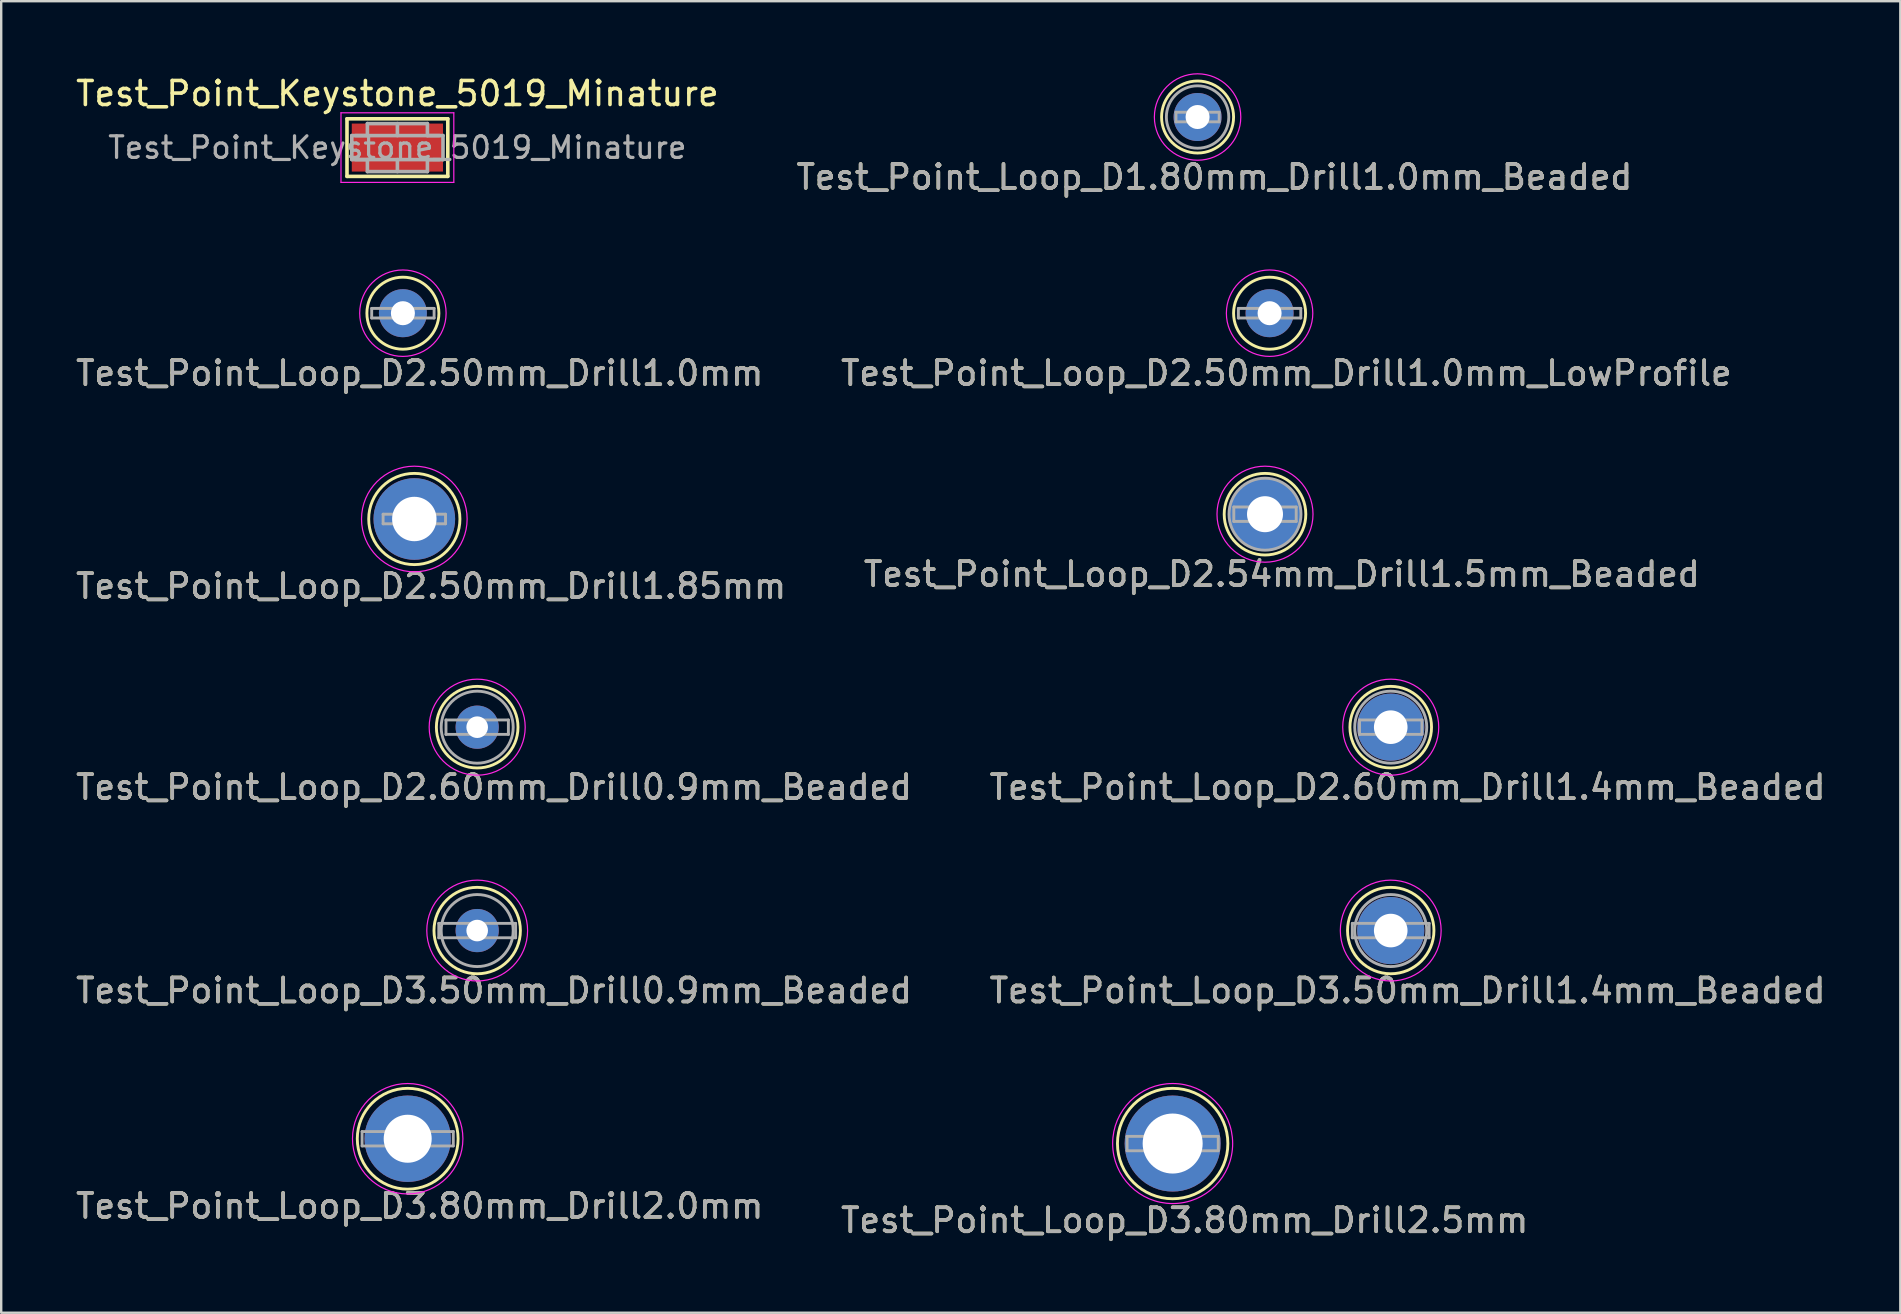
<source format=kicad_pcb>
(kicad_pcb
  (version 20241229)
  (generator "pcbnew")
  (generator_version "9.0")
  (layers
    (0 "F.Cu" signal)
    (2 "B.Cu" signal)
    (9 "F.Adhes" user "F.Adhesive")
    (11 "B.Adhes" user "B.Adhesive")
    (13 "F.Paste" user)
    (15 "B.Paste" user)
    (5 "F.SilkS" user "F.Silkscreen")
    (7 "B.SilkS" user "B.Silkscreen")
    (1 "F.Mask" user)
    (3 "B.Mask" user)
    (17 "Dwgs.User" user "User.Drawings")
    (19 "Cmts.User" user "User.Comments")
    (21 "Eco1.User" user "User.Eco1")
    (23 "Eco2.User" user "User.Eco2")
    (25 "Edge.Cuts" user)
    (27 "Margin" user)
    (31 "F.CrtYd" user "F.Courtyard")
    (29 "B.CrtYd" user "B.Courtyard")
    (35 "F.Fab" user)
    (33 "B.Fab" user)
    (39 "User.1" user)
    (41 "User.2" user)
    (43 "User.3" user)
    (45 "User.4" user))
  (footprint "Test_Point_Loop_D2.50mm_Drill1.0mm"
    (layer "F.Cu")
    (at 13.735 9.998)
    (property "Reference" "Test_Point_Loop_D2.50mm_Drill1.0mm" (at 0.7 2.5 0) (layer "F.SilkS") (effects (font (size 1 1) (thickness 0.15))))
    (attr through_hole)
    (fp_circle (center 0 0) (end 1.5 0) (stroke (width 0.12) (type solid)) (fill no) (layer "F.SilkS"))
    (fp_circle (center 0 0) (end 1.8 0) (stroke (width 0.05) (type solid)) (fill no) (layer "F.CrtYd"))
    (fp_line (start -1.3 -0.2) (end -1.3 0.2) (stroke (width 0.12) (type solid)) (layer "F.Fab"))
    (fp_line (start -1.3 0.2) (end 1.3 0.2) (stroke (width 0.12) (type solid)) (layer "F.Fab"))
    (fp_line (start 1.3 -0.2) (end -1.3 -0.2) (stroke (width 0.12) (type solid)) (layer "F.Fab"))
    (fp_line (start 1.3 0.2) (end 1.3 -0.2) (stroke (width 0.12) (type solid)) (layer "F.Fab"))
    (fp_text user "${REFERENCE}" (at 0.7 2.5 0) (layer "F.Fab") (effects (font (size 1 1) (thickness 0.15))))
    (pad "1" thru_hole circle (at 0 0) (size 2 2) (drill 1) (layers "*.Cu" "*.Mask")))
  (footprint "Test_Point_Loop_D2.60mm_Drill1.4mm_Beaded"
    (layer "F.Cu")
    (at 54.889 27.245)
    (property "Reference" "Test_Point_Loop_D2.60mm_Drill1.4mm_Beaded" (at 0.7 2.5 0) (layer "F.SilkS") (effects (font (size 1 1) (thickness 0.15))))
    (attr through_hole)
    (fp_circle (center 0 0) (end 1.7 0) (stroke (width 0.12) (type solid)) (fill no) (layer "F.SilkS"))
    (fp_circle (center 0 0) (end 2 0) (stroke (width 0.05) (type solid)) (fill no) (layer "F.CrtYd"))
    (fp_line (start -1.3 -0.3) (end -1.3 0.3) (stroke (width 0.12) (type solid)) (layer "F.Fab"))
    (fp_line (start -1.3 0.3) (end 1.3 0.3) (stroke (width 0.12) (type solid)) (layer "F.Fab"))
    (fp_line (start 1.3 -0.3) (end -1.3 -0.3) (stroke (width 0.12) (type solid)) (layer "F.Fab"))
    (fp_line (start 1.3 0.3) (end 1.3 -0.3) (stroke (width 0.12) (type solid)) (layer "F.Fab"))
    (fp_circle (center 0 0) (end 1.5 0) (stroke (width 0.12) (type solid)) (fill no) (layer "F.Fab"))
    (fp_text user "${REFERENCE}" (at 0.7 2.5 0) (layer "F.Fab") (effects (font (size 1 1) (thickness 0.15))))
    (pad "1" thru_hole circle (at 0 0) (size 2.8 2.8) (drill 1.4) (layers "*.Cu" "*.Mask")))
  (footprint "Test_Point_Loop_D2.50mm_Drill1.85mm"
    (layer "F.Cu")
    (at 14.211 18.572)
    (property "Reference" "Test_Point_Loop_D2.50mm_Drill1.85mm" (at 0.7 2.8 0) (layer "F.SilkS") (effects (font (size 1 1) (thickness 0.15))))
    (attr through_hole)
    (fp_circle (center 0 0) (end 1.9 0) (stroke (width 0.12) (type solid)) (fill no) (layer "F.SilkS"))
    (fp_circle (center 0 0) (end 2.2 0) (stroke (width 0.05) (type solid)) (fill no) (layer "F.CrtYd"))
    (fp_line (start -1.3 -0.2) (end -1.3 0.2) (stroke (width 0.12) (type solid)) (layer "F.Fab"))
    (fp_line (start -1.3 0.2) (end 1.3 0.2) (stroke (width 0.12) (type solid)) (layer "F.Fab"))
    (fp_line (start 1.3 -0.2) (end -1.3 -0.2) (stroke (width 0.12) (type solid)) (layer "F.Fab"))
    (fp_line (start 1.3 0.2) (end 1.3 -0.2) (stroke (width 0.12) (type solid)) (layer "F.Fab"))
    (fp_text user "${REFERENCE}" (at 0.7 2.8 0) (layer "F.Fab") (effects (font (size 1 1) (thickness 0.15))))
    (pad "1" thru_hole circle (at 0 0) (size 3.4 3.4) (drill 1.85) (layers "*.Cu" "*.Mask")))
  (footprint "Test_Point_Loop_D3.50mm_Drill1.4mm_Beaded"
    (layer "F.Cu")
    (at 54.889 35.718)
    (property "Reference" "Test_Point_Loop_D3.50mm_Drill1.4mm_Beaded" (at 0.7 2.5 0) (layer "F.SilkS") (effects (font (size 1 1) (thickness 0.15))))
    (attr through_hole)
    (fp_circle (center 0 0) (end 1.8 0) (stroke (width 0.12) (type solid)) (fill no) (layer "F.SilkS"))
    (fp_circle (center 0 0) (end 2.1 0) (stroke (width 0.05) (type solid)) (fill no) (layer "F.CrtYd"))
    (fp_line (start -1.6 -0.3) (end -1.6 0.3) (stroke (width 0.12) (type solid)) (layer "F.Fab"))
    (fp_line (start -1.6 0.3) (end 1.6 0.3) (stroke (width 0.12) (type solid)) (layer "F.Fab"))
    (fp_line (start 1.6 -0.3) (end -1.6 -0.3) (stroke (width 0.12) (type solid)) (layer "F.Fab"))
    (fp_line (start 1.6 0.3) (end 1.6 -0.3) (stroke (width 0.12) (type solid)) (layer "F.Fab"))
    (fp_circle (center 0 0) (end 1.5 0) (stroke (width 0.12) (type solid)) (fill no) (layer "F.Fab"))
    (fp_text user "${REFERENCE}" (at 0.7 2.5 0) (layer "F.Fab") (effects (font (size 1 1) (thickness 0.15))))
    (pad "1" thru_hole circle (at 0 0) (size 2.8 2.8) (drill 1.4) (layers "*.Cu" "*.Mask")))
  (footprint "Test_Point_Loop_D2.54mm_Drill1.5mm_Beaded"
    (layer "F.Cu")
    (at 49.651 18.372)
    (property "Reference" "Test_Point_Loop_D2.54mm_Drill1.5mm_Beaded" (at 0.7 2.5 0) (layer "F.SilkS") (effects (font (size 1 1) (thickness 0.15))))
    (attr through_hole)
    (fp_circle (center 0 0) (end 1.7 0) (stroke (width 0.12) (type solid)) (fill no) (layer "F.SilkS"))
    (fp_circle (center 0 0) (end 2 0) (stroke (width 0.05) (type solid)) (fill no) (layer "F.CrtYd"))
    (fp_line (start -1.3 -0.3) (end -1.3 0.3) (stroke (width 0.12) (type solid)) (layer "F.Fab"))
    (fp_line (start -1.3 0.3) (end 1.3 0.3) (stroke (width 0.12) (type solid)) (layer "F.Fab"))
    (fp_line (start 1.3 -0.3) (end -1.3 -0.3) (stroke (width 0.12) (type solid)) (layer "F.Fab"))
    (fp_line (start 1.3 0.3) (end 1.3 -0.3) (stroke (width 0.12) (type solid)) (layer "F.Fab"))
    (fp_circle (center 0 0) (end 1.5 0) (stroke (width 0.12) (type solid)) (fill no) (layer "F.Fab"))
    (fp_text user "${REFERENCE}" (at 0.7 2.5 0) (layer "F.Fab") (effects (font (size 1 1) (thickness 0.15))))
    (pad "1" thru_hole circle (at 0 0) (size 3 3) (drill 1.5) (layers "*.Cu" "*.Mask")))
  (footprint "Test_Point_Keystone_5019_Minature"
    (layer "F.Cu")
    (at 13.506 3.098)
    (property "Reference" "Test_Point_Keystone_5019_Minature" (at 0 -2.25 0) (layer "F.SilkS") (effects (font (size 1 1) (thickness 0.15))))
    (attr smd)
    (fp_line (start -2.1 -1.2) (end 2.1 -1.2) (stroke (width 0.15) (type solid)) (layer "F.SilkS"))
    (fp_line (start -2.1 1.2) (end -2.1 -1.2) (stroke (width 0.15) (type solid)) (layer "F.SilkS"))
    (fp_line (start 2.1 -1.2) (end 2.1 1.2) (stroke (width 0.15) (type solid)) (layer "F.SilkS"))
    (fp_line (start 2.1 1.2) (end -2.1 1.2) (stroke (width 0.15) (type solid)) (layer "F.SilkS"))
    (fp_line (start -2.35 -1.45) (end 2.35 -1.45) (stroke (width 0.05) (type solid)) (layer "F.CrtYd"))
    (fp_line (start -2.35 1.45) (end -2.35 -1.45) (stroke (width 0.05) (type solid)) (layer "F.CrtYd"))
    (fp_line (start 2.35 -1.45) (end 2.35 1.45) (stroke (width 0.05) (type solid)) (layer "F.CrtYd"))
    (fp_line (start 2.35 1.45) (end -2.35 1.45) (stroke (width 0.05) (type solid)) (layer "F.CrtYd"))
    (fp_line (start -1.9 -0.5) (end -1.9 0.5) (stroke (width 0.15) (type solid)) (layer "F.Fab"))
    (fp_line (start -1.9 -0.5) (end 1.9 -0.5) (stroke (width 0.15) (type solid)) (layer "F.Fab"))
    (fp_line (start -1.75 0.5) (end -1.25 0.5) (stroke (width 0.15) (type solid)) (layer "F.Fab"))
    (fp_line (start -1.25 -1) (end -1.25 -0.5) (stroke (width 0.15) (type solid)) (layer "F.Fab"))
    (fp_line (start -1.25 -0.5) (end -1.75 -0.5) (stroke (width 0.15) (type solid)) (layer "F.Fab"))
    (fp_line (start -1.25 0.5) (end -1.25 1) (stroke (width 0.15) (type solid)) (layer "F.Fab"))
    (fp_line (start -1.25 1) (end 1.25 1) (stroke (width 0.15) (type solid)) (layer "F.Fab"))
    (fp_line (start 0 -1) (end 0 -0.5) (stroke (width 0.15) (type solid)) (layer "F.Fab"))
    (fp_line (start 0 0.5) (end 0 1) (stroke (width 0.15) (type solid)) (layer "F.Fab"))
    (fp_line (start 1.25 -1) (end -1.25 -1) (stroke (width 0.15) (type solid)) (layer "F.Fab"))
    (fp_line (start 1.25 -0.5) (end 1.25 -1) (stroke (width 0.15) (type solid)) (layer "F.Fab"))
    (fp_line (start 1.25 0.5) (end 1.75 0.5) (stroke (width 0.15) (type solid)) (layer "F.Fab"))
    (fp_line (start 1.25 1) (end 1.25 0.5) (stroke (width 0.15) (type solid)) (layer "F.Fab"))
    (fp_line (start 1.75 -0.5) (end 1.25 -0.5) (stroke (width 0.15) (type solid)) (layer "F.Fab"))
    (fp_line (start 1.9 0.5) (end -1.9 0.5) (stroke (width 0.15) (type solid)) (layer "F.Fab"))
    (fp_line (start 1.9 0.5) (end 1.9 -0.5) (stroke (width 0.15) (type solid)) (layer "F.Fab"))
    (fp_text user "${REFERENCE}" (at 0 0 0) (layer "F.Fab") (effects (font (size 0.9 0.9) (thickness 0.135))))
    (pad "1" smd rect (at 0 0) (size 3.8 2) (layers "F.Cu" "F.Mask" "F.Paste")))
  (footprint "Test_Point_Loop_D3.80mm_Drill2.0mm"
    (layer "F.Cu")
    (at 13.935 44.391)
    (property "Reference" "Test_Point_Loop_D3.80mm_Drill2.0mm" (at 0.5 2.8 0) (layer "F.SilkS") (effects (font (size 1 1) (thickness 0.15))))
    (attr through_hole)
    (fp_circle (center 0 0) (end 2.1 0) (stroke (width 0.12) (type solid)) (fill no) (layer "F.SilkS"))
    (fp_circle (center 0 0) (end 2.3 0) (stroke (width 0.05) (type solid)) (fill no) (layer "F.CrtYd"))
    (fp_line (start -1.9 -0.3) (end -1.9 0.3) (stroke (width 0.12) (type solid)) (layer "F.Fab"))
    (fp_line (start -1.9 0.3) (end 1.9 0.3) (stroke (width 0.12) (type solid)) (layer "F.Fab"))
    (fp_line (start 1.9 -0.3) (end -1.9 -0.3) (stroke (width 0.12) (type solid)) (layer "F.Fab"))
    (fp_line (start 1.9 0.3) (end 1.9 -0.3) (stroke (width 0.12) (type solid)) (layer "F.Fab"))
    (fp_text user "${REFERENCE}" (at 0.5 2.8 0) (layer "F.Fab") (effects (font (size 1 1) (thickness 0.15))))
    (pad "1" thru_hole circle (at 0 0) (size 3.6 3.6) (drill 2) (layers "*.Cu" "*.Mask")))
  (footprint "Test_Point_Loop_D1.80mm_Drill1.0mm_Beaded"
    (layer "F.Cu")
    (at 46.842 1.825)
    (property "Reference" "Test_Point_Loop_D1.80mm_Drill1.0mm_Beaded" (at 0.7 2.5 0) (layer "F.SilkS") (effects (font (size 1 1) (thickness 0.15))))
    (attr through_hole)
    (fp_circle (center 0 0) (end 1.5 0) (stroke (width 0.12) (type solid)) (fill no) (layer "F.SilkS"))
    (fp_circle (center 0 0) (end 1.8 0) (stroke (width 0.05) (type solid)) (fill no) (layer "F.CrtYd"))
    (fp_line (start -0.9 -0.2) (end 0.9 -0.2) (stroke (width 0.12) (type solid)) (layer "F.Fab"))
    (fp_line (start -0.9 0.2) (end -0.9 -0.2) (stroke (width 0.12) (type solid)) (layer "F.Fab"))
    (fp_line (start 0.9 -0.2) (end 0.9 0.2) (stroke (width 0.12) (type solid)) (layer "F.Fab"))
    (fp_line (start 0.9 0.2) (end -0.9 0.2) (stroke (width 0.12) (type solid)) (layer "F.Fab"))
    (fp_circle (center 0 0) (end 1.3 0) (stroke (width 0.12) (type solid)) (fill no) (layer "F.Fab"))
    (fp_text user "${REFERENCE}" (at 0.7 2.5 0) (layer "F.Fab") (effects (font (size 1 1) (thickness 0.15))))
    (pad "1" thru_hole circle (at 0 0) (size 2 2) (drill 1) (layers "*.Cu" "*.Mask")))
  (footprint "Test_Point_Loop_D2.50mm_Drill1.0mm_LowProfile"
    (layer "F.Cu")
    (at 49.842 9.998)
    (property "Reference" "Test_Point_Loop_D2.50mm_Drill1.0mm_LowProfile" (at 0.7 2.5 0) (layer "F.SilkS") (effects (font (size 1 1) (thickness 0.15))))
    (attr through_hole)
    (fp_circle (center 0 0) (end 1.5 0) (stroke (width 0.12) (type solid)) (fill no) (layer "F.SilkS"))
    (fp_circle (center 0 0) (end 1.8 0) (stroke (width 0.05) (type solid)) (fill no) (layer "F.CrtYd"))
    (fp_line (start -1.3 -0.2) (end -1.3 0.2) (stroke (width 0.12) (type solid)) (layer "F.Fab"))
    (fp_line (start -1.3 0.2) (end 1.3 0.2) (stroke (width 0.12) (type solid)) (layer "F.Fab"))
    (fp_line (start 1.3 -0.2) (end -1.3 -0.2) (stroke (width 0.12) (type solid)) (layer "F.Fab"))
    (fp_line (start 1.3 0.2) (end 1.3 -0.2) (stroke (width 0.12) (type solid)) (layer "F.Fab"))
    (fp_text user "${REFERENCE}" (at 0.7 2.5 0) (layer "F.Fab") (effects (font (size 1 1) (thickness 0.15))))
    (pad "1" thru_hole circle (at 0 0) (size 2 2) (drill 1) (layers "*.Cu" "*.Mask")))
  (footprint "Test_Point_Loop_D3.50mm_Drill0.9mm_Beaded"
    (layer "F.Cu")
    (at 16.83 35.718)
    (property "Reference" "Test_Point_Loop_D3.50mm_Drill0.9mm_Beaded" (at 0.7 2.5 0) (layer "F.SilkS") (effects (font (size 1 1) (thickness 0.15))))
    (attr through_hole)
    (fp_circle (center 0 0) (end 1.8 0) (stroke (width 0.12) (type solid)) (fill no) (layer "F.SilkS"))
    (fp_circle (center 0 0) (end 2.1 0) (stroke (width 0.05) (type solid)) (fill no) (layer "F.CrtYd"))
    (fp_line (start -1.6 -0.3) (end -1.6 0.3) (stroke (width 0.12) (type solid)) (layer "F.Fab"))
    (fp_line (start -1.6 0.3) (end 1.6 0.3) (stroke (width 0.12) (type solid)) (layer "F.Fab"))
    (fp_line (start 1.6 -0.3) (end -1.6 -0.3) (stroke (width 0.12) (type solid)) (layer "F.Fab"))
    (fp_line (start 1.6 0.3) (end 1.6 -0.3) (stroke (width 0.12) (type solid)) (layer "F.Fab"))
    (fp_circle (center 0 0) (end 1.5 0) (stroke (width 0.12) (type solid)) (fill no) (layer "F.Fab"))
    (fp_text user "${REFERENCE}" (at 0.7 2.5 0) (layer "F.Fab") (effects (font (size 1 1) (thickness 0.15))))
    (pad "1" thru_hole circle (at 0 0) (size 1.8 1.8) (drill 0.9) (layers "*.Cu" "*.Mask")))
  (footprint "Test_Point_Loop_D2.60mm_Drill0.9mm_Beaded"
    (layer "F.Cu")
    (at 16.83 27.245)
    (property "Reference" "Test_Point_Loop_D2.60mm_Drill0.9mm_Beaded" (at 0.7 2.5 0) (layer "F.SilkS") (effects (font (size 1 1) (thickness 0.15))))
    (attr through_hole)
    (fp_circle (center 0 0) (end 1.7 0) (stroke (width 0.12) (type solid)) (fill no) (layer "F.SilkS"))
    (fp_circle (center 0 0) (end 2 0) (stroke (width 0.05) (type solid)) (fill no) (layer "F.CrtYd"))
    (fp_line (start -1.3 -0.3) (end -1.3 0.3) (stroke (width 0.12) (type solid)) (layer "F.Fab"))
    (fp_line (start -1.3 0.3) (end 1.3 0.3) (stroke (width 0.12) (type solid)) (layer "F.Fab"))
    (fp_line (start 1.3 -0.3) (end -1.3 -0.3) (stroke (width 0.12) (type solid)) (layer "F.Fab"))
    (fp_line (start 1.3 0.3) (end 1.3 -0.3) (stroke (width 0.12) (type solid)) (layer "F.Fab"))
    (fp_circle (center 0 0) (end 1.5 0) (stroke (width 0.12) (type solid)) (fill no) (layer "F.Fab"))
    (fp_text user "${REFERENCE}" (at 0.7 2.5 0) (layer "F.Fab") (effects (font (size 1 1) (thickness 0.15))))
    (pad "1" thru_hole circle (at 0 0) (size 1.8 1.8) (drill 0.9) (layers "*.Cu" "*.Mask")))
  (footprint "Test_Point_Loop_D3.80mm_Drill2.5mm"
    (layer "F.Cu")
    (at 45.804 44.591)
    (property "Reference" "Test_Point_Loop_D3.80mm_Drill2.5mm" (at 0.5 3.2 0) (layer "F.SilkS") (effects (font (size 1 1) (thickness 0.15))))
    (attr through_hole)
    (fp_circle (center 0 0) (end 2.3 0) (stroke (width 0.12) (type solid)) (fill no) (layer "F.SilkS"))
    (fp_circle (center 0 0) (end 2.5 0) (stroke (width 0.05) (type solid)) (fill no) (layer "F.CrtYd"))
    (fp_line (start -1.9 -0.3) (end -1.9 0.3) (stroke (width 0.12) (type solid)) (layer "F.Fab"))
    (fp_line (start -1.9 0.3) (end 1.9 0.3) (stroke (width 0.12) (type solid)) (layer "F.Fab"))
    (fp_line (start 1.9 -0.3) (end -1.9 -0.3) (stroke (width 0.12) (type solid)) (layer "F.Fab"))
    (fp_line (start 1.9 0.3) (end 1.9 -0.3) (stroke (width 0.12) (type solid)) (layer "F.Fab"))
    (fp_text user "${REFERENCE}" (at 0.5 3.2 0) (layer "F.Fab") (effects (font (size 1 1) (thickness 0.15))))
    (pad "1" thru_hole circle (at 0 0) (size 4 4) (drill 2.5) (layers "*.Cu" "*.Mask")))
  (gr_rect
    (start -3 -3)
    (end 76.119 51.639)
    (stroke (width 0.1) (type default))
    (fill no)
    (layer "Edge.Cuts")))
</source>
